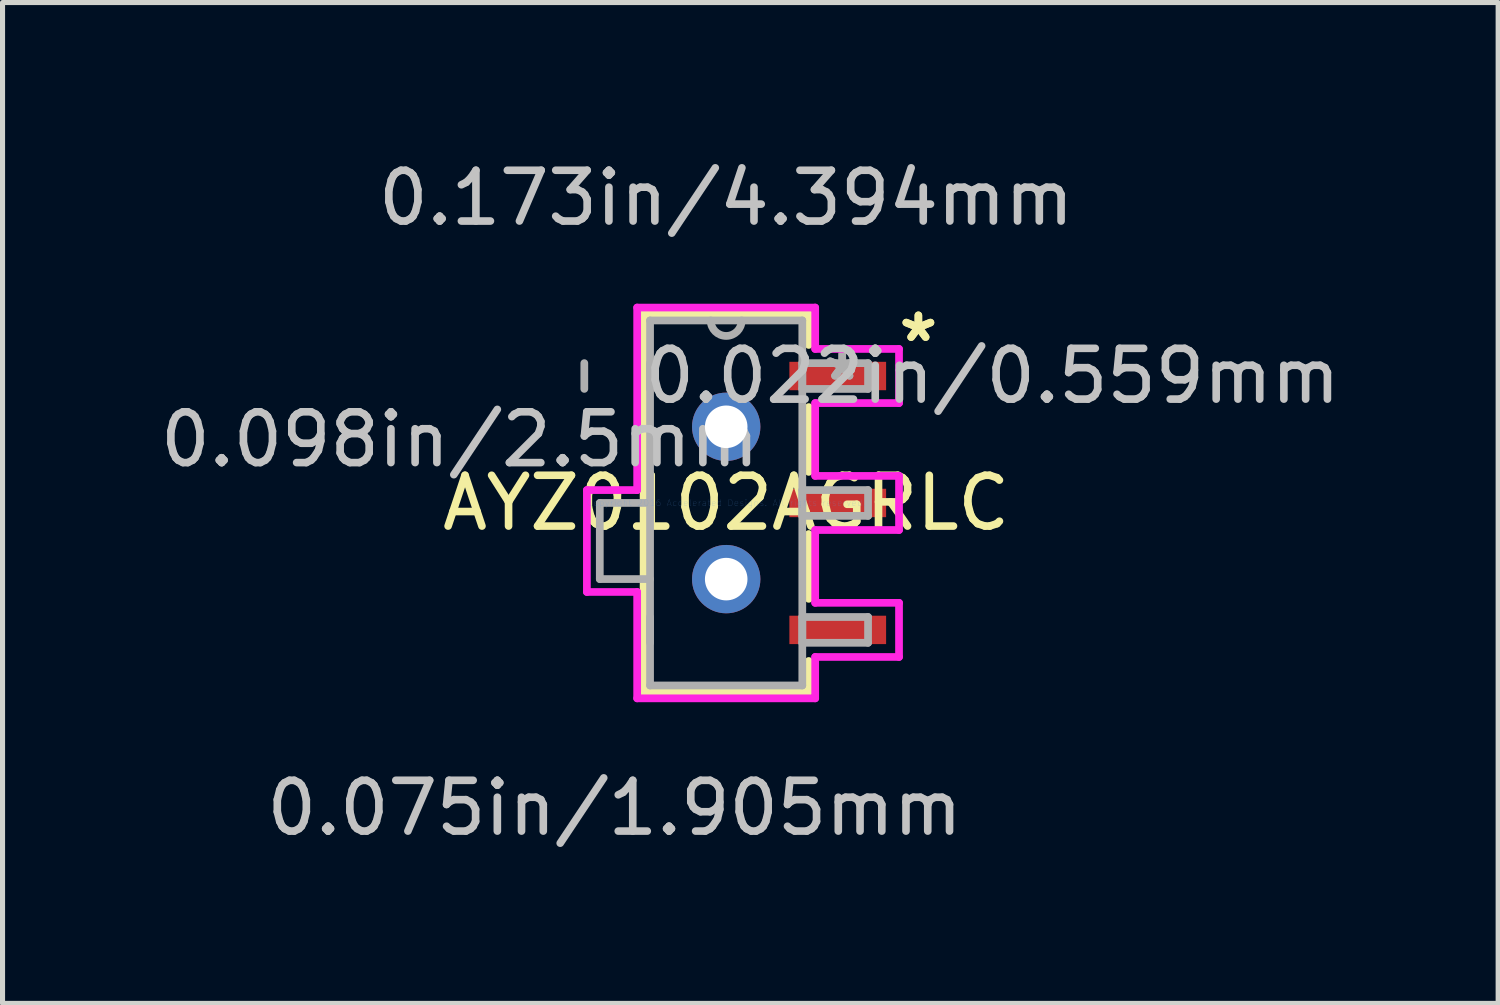
<source format=kicad_pcb>
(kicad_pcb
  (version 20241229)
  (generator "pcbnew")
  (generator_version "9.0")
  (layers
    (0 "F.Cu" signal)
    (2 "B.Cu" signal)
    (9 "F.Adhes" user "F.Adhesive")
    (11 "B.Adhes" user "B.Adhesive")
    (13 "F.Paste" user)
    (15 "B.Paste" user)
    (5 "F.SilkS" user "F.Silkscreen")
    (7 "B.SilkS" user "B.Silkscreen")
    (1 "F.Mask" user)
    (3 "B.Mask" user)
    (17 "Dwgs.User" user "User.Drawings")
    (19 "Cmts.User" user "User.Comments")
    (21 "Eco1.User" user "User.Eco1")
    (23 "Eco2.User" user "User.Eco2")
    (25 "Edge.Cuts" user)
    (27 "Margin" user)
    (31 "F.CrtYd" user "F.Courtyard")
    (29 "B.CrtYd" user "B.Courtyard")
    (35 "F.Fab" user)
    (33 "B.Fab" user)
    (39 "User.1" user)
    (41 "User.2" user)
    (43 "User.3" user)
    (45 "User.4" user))
  (footprint "AYZ0102AGRLC"
    (layer "F.Cu")
    (at 11.251 6.855)
    (property "Reference" "AYZ0102AGRLC" (at 0 0 0) (layer "F.SilkS") (effects (font (size 1 1) (thickness 0.15))))
    (attr through_hole)
    (fp_line (start -1.626 -3.721) (end -1.626 -3.112) (stroke (width 0.152) (type solid)) (layer "F.SilkS"))
    (fp_line (start -1.626 -3.112) (end -1.626 3.112) (stroke (width 0.152) (type solid)) (layer "F.SilkS"))
    (fp_line (start -1.626 3.112) (end -1.626 3.721) (stroke (width 0.152) (type solid)) (layer "F.SilkS"))
    (fp_line (start -1.626 3.721) (end 1.626 3.721) (stroke (width 0.152) (type solid)) (layer "F.SilkS"))
    (fp_line (start 1.626 -3.721) (end -1.626 -3.721) (stroke (width 0.152) (type solid)) (layer "F.SilkS"))
    (fp_line (start 1.626 -3.112) (end 1.626 -3.721) (stroke (width 0.152) (type solid)) (layer "F.SilkS"))
    (fp_line (start 1.626 -0.612) (end 1.626 -1.888) (stroke (width 0.152) (type solid)) (layer "F.SilkS"))
    (fp_line (start 1.626 1.888) (end 1.626 0.612) (stroke (width 0.152) (type solid)) (layer "F.SilkS"))
    (fp_line (start 1.626 3.721) (end 1.626 3.112) (stroke (width 0.152) (type solid)) (layer "F.SilkS"))
    (fp_line (start -2.743 -0.254) (end -2.743 1.753) (stroke (width 0.152) (type solid)) (layer "F.CrtYd"))
    (fp_line (start -2.743 1.753) (end -1.753 1.753) (stroke (width 0.152) (type solid)) (layer "F.CrtYd"))
    (fp_line (start -1.753 -3.848) (end -1.753 -0.254) (stroke (width 0.152) (type solid)) (layer "F.CrtYd"))
    (fp_line (start -1.753 -0.254) (end -2.743 -0.254) (stroke (width 0.152) (type solid)) (layer "F.CrtYd"))
    (fp_line (start -1.753 1.753) (end -1.753 3.848) (stroke (width 0.152) (type solid)) (layer "F.CrtYd"))
    (fp_line (start -1.753 3.848) (end 1.753 3.848) (stroke (width 0.152) (type solid)) (layer "F.CrtYd"))
    (fp_line (start 1.753 -3.848) (end -1.753 -3.848) (stroke (width 0.152) (type solid)) (layer "F.CrtYd"))
    (fp_line (start 1.753 -3.033) (end 1.753 -3.848) (stroke (width 0.152) (type solid)) (layer "F.CrtYd"))
    (fp_line (start 1.753 -1.967) (end 3.404 -1.967) (stroke (width 0.152) (type solid)) (layer "F.CrtYd"))
    (fp_line (start 1.753 -0.533) (end 1.753 -1.967) (stroke (width 0.152) (type solid)) (layer "F.CrtYd"))
    (fp_line (start 1.753 0.533) (end 3.404 0.533) (stroke (width 0.152) (type solid)) (layer "F.CrtYd"))
    (fp_line (start 1.753 1.967) (end 1.753 0.533) (stroke (width 0.152) (type solid)) (layer "F.CrtYd"))
    (fp_line (start 1.753 3.033) (end 3.404 3.033) (stroke (width 0.152) (type solid)) (layer "F.CrtYd"))
    (fp_line (start 1.753 3.848) (end 1.753 3.033) (stroke (width 0.152) (type solid)) (layer "F.CrtYd"))
    (fp_line (start 3.404 -3.033) (end 1.753 -3.033) (stroke (width 0.152) (type solid)) (layer "F.CrtYd"))
    (fp_line (start 3.404 -1.967) (end 3.404 -3.033) (stroke (width 0.152) (type solid)) (layer "F.CrtYd"))
    (fp_line (start 3.404 -0.533) (end 1.753 -0.533) (stroke (width 0.152) (type solid)) (layer "F.CrtYd"))
    (fp_line (start 3.404 0.533) (end 3.404 -0.533) (stroke (width 0.152) (type solid)) (layer "F.CrtYd"))
    (fp_line (start 3.404 1.967) (end 1.753 1.967) (stroke (width 0.152) (type solid)) (layer "F.CrtYd"))
    (fp_line (start 3.404 3.033) (end 3.404 1.967) (stroke (width 0.152) (type solid)) (layer "F.CrtYd"))
    (fp_line (start -2.794 -2.754) (end -2.794 -2.246) (stroke (width 0.152) (type solid)) (layer "F.Fab"))
    (fp_line (start -2.489 1.499) (end -2.489 0) (stroke (width 0.152) (type solid)) (layer "F.Fab"))
    (fp_line (start -1.499 -3.594) (end -1.499 3.594) (stroke (width 0.152) (type solid)) (layer "F.Fab"))
    (fp_line (start -1.499 -2.246) (end -1.499 -2.754) (stroke (width 0.152) (type solid)) (layer "F.Fab"))
    (fp_line (start -1.499 0) (end -2.489 0) (stroke (width 0.152) (type solid)) (layer "F.Fab"))
    (fp_line (start -1.499 1.499) (end -2.489 1.499) (stroke (width 0.152) (type solid)) (layer "F.Fab"))
    (fp_line (start -1.499 2.754) (end -1.499 2.246) (stroke (width 0.152) (type solid)) (layer "F.Fab"))
    (fp_line (start -1.499 3.594) (end 1.499 3.594) (stroke (width 0.152) (type solid)) (layer "F.Fab"))
    (fp_line (start 1.499 -3.594) (end -1.499 -3.594) (stroke (width 0.152) (type solid)) (layer "F.Fab"))
    (fp_line (start 1.499 -2.754) (end 1.499 -2.246) (stroke (width 0.152) (type solid)) (layer "F.Fab"))
    (fp_line (start 1.499 -2.246) (end 2.794 -2.246) (stroke (width 0.152) (type solid)) (layer "F.Fab"))
    (fp_line (start 1.499 -0.254) (end 1.499 0.254) (stroke (width 0.152) (type solid)) (layer "F.Fab"))
    (fp_line (start 1.499 0.254) (end 2.794 0.254) (stroke (width 0.152) (type solid)) (layer "F.Fab"))
    (fp_line (start 1.499 2.246) (end 1.499 2.754) (stroke (width 0.152) (type solid)) (layer "F.Fab"))
    (fp_line (start 1.499 2.754) (end 2.794 2.754) (stroke (width 0.152) (type solid)) (layer "F.Fab"))
    (fp_line (start 1.499 3.594) (end 1.499 -3.594) (stroke (width 0.152) (type solid)) (layer "F.Fab"))
    (fp_line (start 2.794 -2.754) (end 1.499 -2.754) (stroke (width 0.152) (type solid)) (layer "F.Fab"))
    (fp_line (start 2.794 -2.246) (end 2.794 -2.754) (stroke (width 0.152) (type solid)) (layer "F.Fab"))
    (fp_line (start 2.794 -0.254) (end 1.499 -0.254) (stroke (width 0.152) (type solid)) (layer "F.Fab"))
    (fp_line (start 2.794 0.254) (end 2.794 -0.254) (stroke (width 0.152) (type solid)) (layer "F.Fab"))
    (fp_line (start 2.794 2.246) (end 1.499 2.246) (stroke (width 0.152) (type solid)) (layer "F.Fab"))
    (fp_line (start 2.794 2.754) (end 2.794 2.246) (stroke (width 0.152) (type solid)) (layer "F.Fab"))
    (fp_arc (start 0.3048 -3.5941) (mid 0 -3.2893) (end -0.3048 -3.5941) (stroke (width 0.1524) (type solid)) (layer "F.Fab"))
    (fp_text user "*" (at 3.785 -3.15 0) (layer "F.SilkS") (effects (font (size 1 1) (thickness 0.15))))
    (fp_text user "*" (at 3.785 -3.15 0) (layer "F.SilkS") (effects (font (size 1 1) (thickness 0.15))))
    (fp_text user "0.022in/0.559mm" (at 5.245 -2.5 0) (layer "Dwgs.User") (effects (font (size 1 1) (thickness 0.15))))
    (fp_text user "0.075in/1.905mm" (at -2.197 6.007 0) (layer "Dwgs.User") (effects (font (size 1 1) (thickness 0.15))))
    (fp_text user "0.173in/4.394mm" (at 0 -6.007 0) (layer "Dwgs.User") (effects (font (size 1 1) (thickness 0.15))))
    (fp_text user "0.098in/2.5mm" (at -5.245 -1.25 0) (layer "Dwgs.User") (effects (font (size 1 1) (thickness 0.15))))
    (fp_text user "Copyright 2016 Accelerated Designs. All rights reserved." (at 0 0 0) (layer "Cmts.User") (effects (font (size 0.127 0.127) (thickness 0.002))))
    (fp_text user "*" (at 2.286 -2.388 0) (layer "F.Fab") (effects (font (size 1 1) (thickness 0.15))))
    (fp_text user "*" (at 2.286 -2.388 0) (layer "F.Fab") (effects (font (size 1 1) (thickness 0.15))))
    (pad "1" smd rect (at 2.197 -2.5) (size 1.905 0.559) (layers "F.Cu" "F.Mask" "F.Paste"))
    (pad "2" smd rect (at 2.197 0) (size 1.905 0.559) (layers "F.Cu" "F.Mask" "F.Paste"))
    (pad "3" smd rect (at 2.197 2.5) (size 1.905 0.559) (layers "F.Cu" "F.Mask" "F.Paste"))
    (pad "4" thru_hole circle (at 0.0004 1.5) (size 1.346 1.346) (drill 0.838) (layers "*.Cu" "*.Mask"))
    (pad "5" thru_hole circle (at 0.0004 -1.5) (size 1.346 1.346) (drill 0.838) (layers "*.Cu" "*.Mask")))
  (gr_rect
    (start -3 -3)
    (end 26.454 16.711)
    (stroke (width 0.1) (type default))
    (fill no)
    (layer "Edge.Cuts")))
</source>
